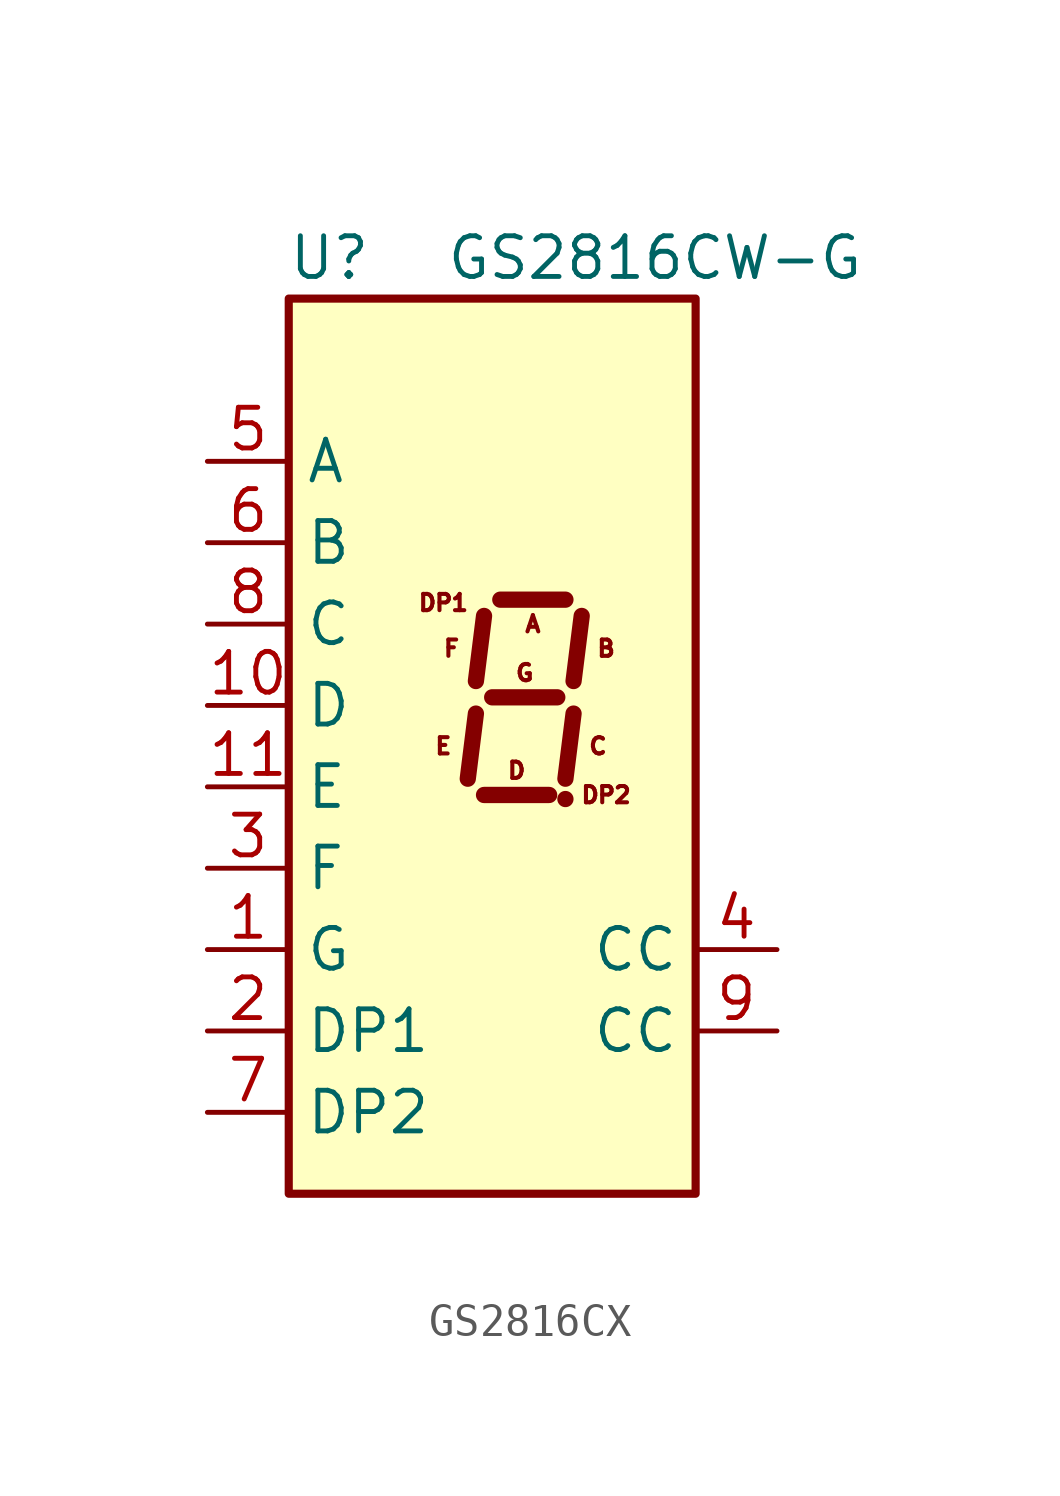
<source format=kicad_sym>
(kicad_symbol_lib
  (version 20241209)
  (generator "kicad_symbol_editor")
  (generator_version "9.0")
  (symbol "GS2816CX"
    (property "Reference" "U"
      (at -5.08 13.97 0)
      (effects (font (size 1.27 1.27))))
    (property "Value" "GS2816CW-G"
      (at 5.08 13.97 0)
      (effects (font (size 1.27 1.27))))
    (symbol "GS2816CX_1_0"
      (text "E" (at -1.524 -1.27 0) (effects (font (size 0.508 0.508))))
      (text "F" (at -1.27 1.778 0) (effects (font (size 0.508 0.508))))
      (text "D" (at 0.762 -2.032 0) (effects (font (size 0.508 0.508))))
      (text "G" (at 1.016 1.016 0) (effects (font (size 0.508 0.508))))
      (text "A" (at 1.27 2.54 0) (effects (font (size 0.508 0.508))))
      (text "C" (at 3.302 -1.27 0) (effects (font (size 0.508 0.508))))
      (text "B" (at 3.556 1.778 0) (effects (font (size 0.508 0.508)))))
    (symbol "GS2816CX_1_1"
      (rectangle (start -6.35 12.7) (end 6.35 -15.24) (stroke (width 0.254) (type default)) (fill (type background)))
      (polyline (pts (xy -0.508 -0.254) (xy -0.762 -2.286)) (stroke (width 0.508) (type default)) (fill (type none)))
      (polyline (pts (xy -0.254 2.794) (xy -0.508 0.762)) (stroke (width 0.508) (type default)) (fill (type none)))
      (polyline (pts (xy -0.254 -2.794) (xy 1.778 -2.794)) (stroke (width 0.508) (type default)) (fill (type none)))
      (polyline (pts (xy 0 0.254) (xy 2.032 0.254)) (stroke (width 0.508) (type default)) (fill (type none)))
      (polyline (pts (xy 0.254 3.302) (xy 2.286 3.302)) (stroke (width 0.508) (type default)) (fill (type none)))
      (polyline (pts (xy 2.286 -2.921) (xy 2.286 -2.921)) (stroke (width 0.508) (type default)) (fill (type none)))
      (polyline (pts (xy 2.54 -0.254) (xy 2.286 -2.286)) (stroke (width 0.508) (type default)) (fill (type none)))
      (polyline (pts (xy 2.794 2.794) (xy 2.54 0.762)) (stroke (width 0.508) (type default)) (fill (type none)))
      (text "DP1\n\n" (at -1.524 2.794 0) (effects (font (size 0.508 0.508))))
      (text "DP2\n" (at 3.556 -2.794 0) (effects (font (size 0.508 0.508))))
      (pin input line (at -8.89 7.62 0) (length 2.54) (name "A" (effects (font (size 1.27 1.27)))) (number "5" (effects (font (size 1.27 1.27)))))
      (pin input line (at -8.89 5.08 0) (length 2.54) (name "B" (effects (font (size 1.27 1.27)))) (number "6" (effects (font (size 1.27 1.27)))))
      (pin input line (at -8.89 2.54 0) (length 2.54) (name "C" (effects (font (size 1.27 1.27)))) (number "8" (effects (font (size 1.27 1.27)))))
      (pin input line (at -8.89 0 0) (length 2.54) (name "D" (effects (font (size 1.27 1.27)))) (number "10" (effects (font (size 1.27 1.27)))))
      (pin input line (at -8.89 -2.54 0) (length 2.54) (name "E" (effects (font (size 1.27 1.27)))) (number "11" (effects (font (size 1.27 1.27)))))
      (pin input line (at -8.89 -5.08 0) (length 2.54) (name "F" (effects (font (size 1.27 1.27)))) (number "3" (effects (font (size 1.27 1.27)))))
      (pin input line (at -8.89 -7.62 0) (length 2.54) (name "G" (effects (font (size 1.27 1.27)))) (number "1" (effects (font (size 1.27 1.27)))))
      (pin input line (at -8.89 -10.16 0) (length 2.54) (name "DP1" (effects (font (size 1.27 1.27)))) (number "2" (effects (font (size 1.27 1.27)))))
      (pin input line (at -8.89 -12.7 0) (length 2.54) (name "DP2" (effects (font (size 1.27 1.27)))) (number "7" (effects (font (size 1.27 1.27)))))
      (pin input line (at 8.89 -7.62 180) (length 2.54) (name "CC" (effects (font (size 1.27 1.27)))) (number "4" (effects (font (size 1.27 1.27)))))
      (pin input line (at 8.89 -10.16 180) (length 2.54) (name "CC" (effects (font (size 1.27 1.27)))) (number "9" (effects (font (size 1.27 1.27))))))))
</source>
